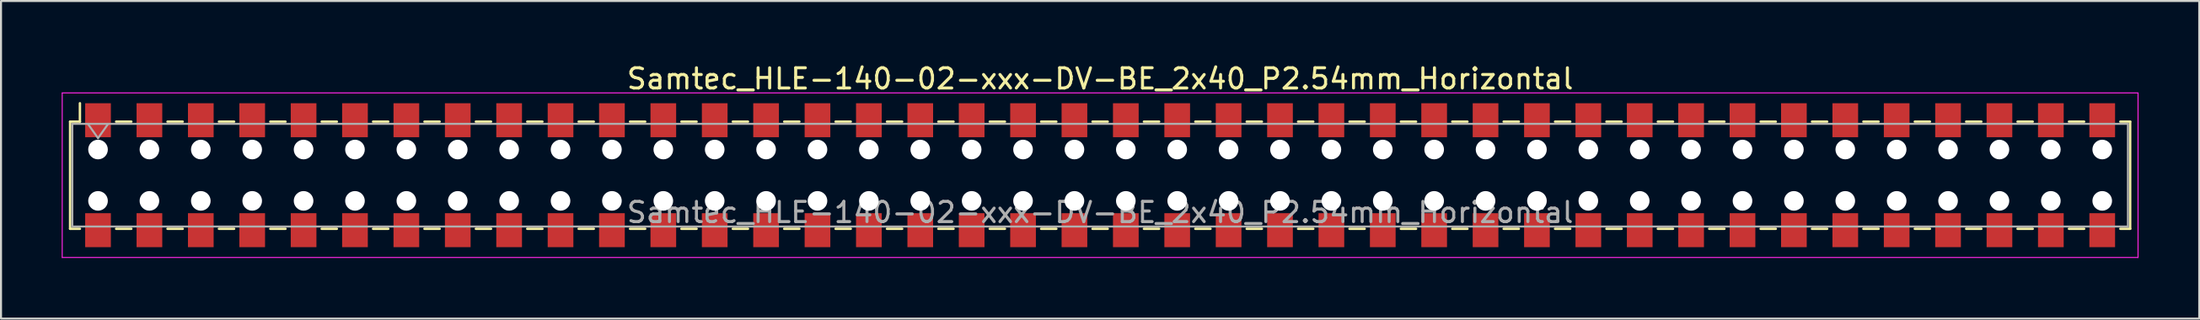
<source format=kicad_pcb>
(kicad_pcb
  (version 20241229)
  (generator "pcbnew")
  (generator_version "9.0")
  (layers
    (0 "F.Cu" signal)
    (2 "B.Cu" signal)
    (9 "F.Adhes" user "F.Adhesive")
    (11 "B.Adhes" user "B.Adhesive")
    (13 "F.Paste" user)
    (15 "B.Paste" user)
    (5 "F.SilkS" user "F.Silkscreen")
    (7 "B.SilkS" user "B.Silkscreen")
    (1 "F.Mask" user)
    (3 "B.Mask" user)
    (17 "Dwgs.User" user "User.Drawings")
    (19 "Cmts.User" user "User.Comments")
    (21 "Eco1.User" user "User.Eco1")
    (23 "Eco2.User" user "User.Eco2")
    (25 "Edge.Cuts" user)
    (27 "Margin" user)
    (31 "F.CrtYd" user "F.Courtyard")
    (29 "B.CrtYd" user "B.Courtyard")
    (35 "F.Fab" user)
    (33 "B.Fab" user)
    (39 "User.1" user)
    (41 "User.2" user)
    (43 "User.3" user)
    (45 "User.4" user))
  (footprint "Samtec_HLE-140-02-xxx-DV-BE_2x40_P2.54mm_Horizontal"
    (layer "F.Cu")
    (at 51.325 5.618)
    (property "Reference" "Samtec_HLE-140-02-xxx-DV-BE_2x40_P2.54mm_Horizontal" (at 0 -4.77 0) (layer "F.SilkS") (effects (font (size 1 1) (thickness 0.15))))
    (attr smd)
    (fp_line (start -50.91 -2.65) (end -50.91 2.65) (stroke (width 0.12) (type solid)) (layer "F.SilkS"))
    (fp_line (start -50.91 2.65) (end -50.425 2.65) (stroke (width 0.12) (type solid)) (layer "F.SilkS"))
    (fp_line (start -50.425 -3.56) (end -50.425 -2.65) (stroke (width 0.12) (type solid)) (layer "F.SilkS"))
    (fp_line (start -50.425 -2.65) (end -50.91 -2.65) (stroke (width 0.12) (type solid)) (layer "F.SilkS"))
    (fp_line (start -48.635 -2.65) (end -47.885 -2.65) (stroke (width 0.12) (type solid)) (layer "F.SilkS"))
    (fp_line (start -48.635 2.65) (end -47.885 2.65) (stroke (width 0.12) (type solid)) (layer "F.SilkS"))
    (fp_line (start -46.095 -2.65) (end -45.345 -2.65) (stroke (width 0.12) (type solid)) (layer "F.SilkS"))
    (fp_line (start -46.095 2.65) (end -45.345 2.65) (stroke (width 0.12) (type solid)) (layer "F.SilkS"))
    (fp_line (start -43.555 -2.65) (end -42.805 -2.65) (stroke (width 0.12) (type solid)) (layer "F.SilkS"))
    (fp_line (start -43.555 2.65) (end -42.805 2.65) (stroke (width 0.12) (type solid)) (layer "F.SilkS"))
    (fp_line (start -41.015 -2.65) (end -40.265 -2.65) (stroke (width 0.12) (type solid)) (layer "F.SilkS"))
    (fp_line (start -41.015 2.65) (end -40.265 2.65) (stroke (width 0.12) (type solid)) (layer "F.SilkS"))
    (fp_line (start -38.475 -2.65) (end -37.725 -2.65) (stroke (width 0.12) (type solid)) (layer "F.SilkS"))
    (fp_line (start -38.475 2.65) (end -37.725 2.65) (stroke (width 0.12) (type solid)) (layer "F.SilkS"))
    (fp_line (start -35.935 -2.65) (end -35.185 -2.65) (stroke (width 0.12) (type solid)) (layer "F.SilkS"))
    (fp_line (start -35.935 2.65) (end -35.185 2.65) (stroke (width 0.12) (type solid)) (layer "F.SilkS"))
    (fp_line (start -33.395 -2.65) (end -32.645 -2.65) (stroke (width 0.12) (type solid)) (layer "F.SilkS"))
    (fp_line (start -33.395 2.65) (end -32.645 2.65) (stroke (width 0.12) (type solid)) (layer "F.SilkS"))
    (fp_line (start -30.855 -2.65) (end -30.105 -2.65) (stroke (width 0.12) (type solid)) (layer "F.SilkS"))
    (fp_line (start -30.855 2.65) (end -30.105 2.65) (stroke (width 0.12) (type solid)) (layer "F.SilkS"))
    (fp_line (start -28.315 -2.65) (end -27.565 -2.65) (stroke (width 0.12) (type solid)) (layer "F.SilkS"))
    (fp_line (start -28.315 2.65) (end -27.565 2.65) (stroke (width 0.12) (type solid)) (layer "F.SilkS"))
    (fp_line (start -25.775 -2.65) (end -25.025 -2.65) (stroke (width 0.12) (type solid)) (layer "F.SilkS"))
    (fp_line (start -25.775 2.65) (end -25.025 2.65) (stroke (width 0.12) (type solid)) (layer "F.SilkS"))
    (fp_line (start -23.235 -2.65) (end -22.485 -2.65) (stroke (width 0.12) (type solid)) (layer "F.SilkS"))
    (fp_line (start -23.235 2.65) (end -22.485 2.65) (stroke (width 0.12) (type solid)) (layer "F.SilkS"))
    (fp_line (start -20.695 -2.65) (end -19.945 -2.65) (stroke (width 0.12) (type solid)) (layer "F.SilkS"))
    (fp_line (start -20.695 2.65) (end -19.945 2.65) (stroke (width 0.12) (type solid)) (layer "F.SilkS"))
    (fp_line (start -18.155 -2.65) (end -17.405 -2.65) (stroke (width 0.12) (type solid)) (layer "F.SilkS"))
    (fp_line (start -18.155 2.65) (end -17.405 2.65) (stroke (width 0.12) (type solid)) (layer "F.SilkS"))
    (fp_line (start -15.615 -2.65) (end -14.865 -2.65) (stroke (width 0.12) (type solid)) (layer "F.SilkS"))
    (fp_line (start -15.615 2.65) (end -14.865 2.65) (stroke (width 0.12) (type solid)) (layer "F.SilkS"))
    (fp_line (start -13.075 -2.65) (end -12.325 -2.65) (stroke (width 0.12) (type solid)) (layer "F.SilkS"))
    (fp_line (start -13.075 2.65) (end -12.325 2.65) (stroke (width 0.12) (type solid)) (layer "F.SilkS"))
    (fp_line (start -10.535 -2.65) (end -9.785 -2.65) (stroke (width 0.12) (type solid)) (layer "F.SilkS"))
    (fp_line (start -10.535 2.65) (end -9.785 2.65) (stroke (width 0.12) (type solid)) (layer "F.SilkS"))
    (fp_line (start -7.995 -2.65) (end -7.245 -2.65) (stroke (width 0.12) (type solid)) (layer "F.SilkS"))
    (fp_line (start -7.995 2.65) (end -7.245 2.65) (stroke (width 0.12) (type solid)) (layer "F.SilkS"))
    (fp_line (start -5.455 -2.65) (end -4.705 -2.65) (stroke (width 0.12) (type solid)) (layer "F.SilkS"))
    (fp_line (start -5.455 2.65) (end -4.705 2.65) (stroke (width 0.12) (type solid)) (layer "F.SilkS"))
    (fp_line (start -2.915 -2.65) (end -2.165 -2.65) (stroke (width 0.12) (type solid)) (layer "F.SilkS"))
    (fp_line (start -2.915 2.65) (end -2.165 2.65) (stroke (width 0.12) (type solid)) (layer "F.SilkS"))
    (fp_line (start -0.375 -2.65) (end 0.375 -2.65) (stroke (width 0.12) (type solid)) (layer "F.SilkS"))
    (fp_line (start -0.375 2.65) (end 0.375 2.65) (stroke (width 0.12) (type solid)) (layer "F.SilkS"))
    (fp_line (start 2.165 -2.65) (end 2.915 -2.65) (stroke (width 0.12) (type solid)) (layer "F.SilkS"))
    (fp_line (start 2.165 2.65) (end 2.915 2.65) (stroke (width 0.12) (type solid)) (layer "F.SilkS"))
    (fp_line (start 4.705 -2.65) (end 5.455 -2.65) (stroke (width 0.12) (type solid)) (layer "F.SilkS"))
    (fp_line (start 4.705 2.65) (end 5.455 2.65) (stroke (width 0.12) (type solid)) (layer "F.SilkS"))
    (fp_line (start 7.245 -2.65) (end 7.995 -2.65) (stroke (width 0.12) (type solid)) (layer "F.SilkS"))
    (fp_line (start 7.245 2.65) (end 7.995 2.65) (stroke (width 0.12) (type solid)) (layer "F.SilkS"))
    (fp_line (start 9.785 -2.65) (end 10.535 -2.65) (stroke (width 0.12) (type solid)) (layer "F.SilkS"))
    (fp_line (start 9.785 2.65) (end 10.535 2.65) (stroke (width 0.12) (type solid)) (layer "F.SilkS"))
    (fp_line (start 12.325 -2.65) (end 13.075 -2.65) (stroke (width 0.12) (type solid)) (layer "F.SilkS"))
    (fp_line (start 12.325 2.65) (end 13.075 2.65) (stroke (width 0.12) (type solid)) (layer "F.SilkS"))
    (fp_line (start 14.865 -2.65) (end 15.615 -2.65) (stroke (width 0.12) (type solid)) (layer "F.SilkS"))
    (fp_line (start 14.865 2.65) (end 15.615 2.65) (stroke (width 0.12) (type solid)) (layer "F.SilkS"))
    (fp_line (start 17.405 -2.65) (end 18.155 -2.65) (stroke (width 0.12) (type solid)) (layer "F.SilkS"))
    (fp_line (start 17.405 2.65) (end 18.155 2.65) (stroke (width 0.12) (type solid)) (layer "F.SilkS"))
    (fp_line (start 19.945 -2.65) (end 20.695 -2.65) (stroke (width 0.12) (type solid)) (layer "F.SilkS"))
    (fp_line (start 19.945 2.65) (end 20.695 2.65) (stroke (width 0.12) (type solid)) (layer "F.SilkS"))
    (fp_line (start 22.485 -2.65) (end 23.235 -2.65) (stroke (width 0.12) (type solid)) (layer "F.SilkS"))
    (fp_line (start 22.485 2.65) (end 23.235 2.65) (stroke (width 0.12) (type solid)) (layer "F.SilkS"))
    (fp_line (start 25.025 -2.65) (end 25.775 -2.65) (stroke (width 0.12) (type solid)) (layer "F.SilkS"))
    (fp_line (start 25.025 2.65) (end 25.775 2.65) (stroke (width 0.12) (type solid)) (layer "F.SilkS"))
    (fp_line (start 27.565 -2.65) (end 28.315 -2.65) (stroke (width 0.12) (type solid)) (layer "F.SilkS"))
    (fp_line (start 27.565 2.65) (end 28.315 2.65) (stroke (width 0.12) (type solid)) (layer "F.SilkS"))
    (fp_line (start 30.105 -2.65) (end 30.855 -2.65) (stroke (width 0.12) (type solid)) (layer "F.SilkS"))
    (fp_line (start 30.105 2.65) (end 30.855 2.65) (stroke (width 0.12) (type solid)) (layer "F.SilkS"))
    (fp_line (start 32.645 -2.65) (end 33.395 -2.65) (stroke (width 0.12) (type solid)) (layer "F.SilkS"))
    (fp_line (start 32.645 2.65) (end 33.395 2.65) (stroke (width 0.12) (type solid)) (layer "F.SilkS"))
    (fp_line (start 35.185 -2.65) (end 35.935 -2.65) (stroke (width 0.12) (type solid)) (layer "F.SilkS"))
    (fp_line (start 35.185 2.65) (end 35.935 2.65) (stroke (width 0.12) (type solid)) (layer "F.SilkS"))
    (fp_line (start 37.725 -2.65) (end 38.475 -2.65) (stroke (width 0.12) (type solid)) (layer "F.SilkS"))
    (fp_line (start 37.725 2.65) (end 38.475 2.65) (stroke (width 0.12) (type solid)) (layer "F.SilkS"))
    (fp_line (start 40.265 -2.65) (end 41.015 -2.65) (stroke (width 0.12) (type solid)) (layer "F.SilkS"))
    (fp_line (start 40.265 2.65) (end 41.015 2.65) (stroke (width 0.12) (type solid)) (layer "F.SilkS"))
    (fp_line (start 42.805 -2.65) (end 43.555 -2.65) (stroke (width 0.12) (type solid)) (layer "F.SilkS"))
    (fp_line (start 42.805 2.65) (end 43.555 2.65) (stroke (width 0.12) (type solid)) (layer "F.SilkS"))
    (fp_line (start 45.345 -2.65) (end 46.095 -2.65) (stroke (width 0.12) (type solid)) (layer "F.SilkS"))
    (fp_line (start 45.345 2.65) (end 46.095 2.65) (stroke (width 0.12) (type solid)) (layer "F.SilkS"))
    (fp_line (start 47.885 -2.65) (end 48.635 -2.65) (stroke (width 0.12) (type solid)) (layer "F.SilkS"))
    (fp_line (start 47.885 2.65) (end 48.635 2.65) (stroke (width 0.12) (type solid)) (layer "F.SilkS"))
    (fp_line (start 50.425 -2.65) (end 50.91 -2.65) (stroke (width 0.12) (type solid)) (layer "F.SilkS"))
    (fp_line (start 50.91 -2.65) (end 50.91 2.65) (stroke (width 0.12) (type solid)) (layer "F.SilkS"))
    (fp_line (start 50.91 2.65) (end 50.425 2.65) (stroke (width 0.12) (type solid)) (layer "F.SilkS"))
    (fp_line (start -51.3 -4.07) (end 51.3 -4.07) (stroke (width 0.05) (type solid)) (layer "F.CrtYd"))
    (fp_line (start -51.3 4.07) (end -51.3 -4.07) (stroke (width 0.05) (type solid)) (layer "F.CrtYd"))
    (fp_line (start 51.3 -4.07) (end 51.3 4.07) (stroke (width 0.05) (type solid)) (layer "F.CrtYd"))
    (fp_line (start 51.3 4.07) (end -51.3 4.07) (stroke (width 0.05) (type solid)) (layer "F.CrtYd"))
    (fp_line (start -50.8 -2.54) (end 50.8 -2.54) (stroke (width 0.1) (type solid)) (layer "F.Fab"))
    (fp_line (start -50.8 2.54) (end -50.8 -2.54) (stroke (width 0.1) (type solid)) (layer "F.Fab"))
    (fp_line (start -50.03 -2.54) (end -49.53 -1.833) (stroke (width 0.1) (type solid)) (layer "F.Fab"))
    (fp_line (start -49.53 -1.833) (end -49.03 -2.54) (stroke (width 0.1) (type solid)) (layer "F.Fab"))
    (fp_line (start 50.8 -2.54) (end 50.8 2.54) (stroke (width 0.1) (type solid)) (layer "F.Fab"))
    (fp_line (start 50.8 2.54) (end -50.8 2.54) (stroke (width 0.1) (type solid)) (layer "F.Fab"))
    (fp_text user "${REFERENCE}" (at 0 1.84 0) (layer "F.Fab") (effects (font (size 1 1) (thickness 0.15))))
    (pad "" np_thru_hole circle (at -49.53 -1.27) (size 0.97 0.97) (drill 0.97) (layers "*.Cu" "*.Mask"))
    (pad "" np_thru_hole circle (at -49.53 1.27) (size 0.97 0.97) (drill 0.97) (layers "*.Cu" "*.Mask"))
    (pad "" np_thru_hole circle (at -46.99 -1.27) (size 0.97 0.97) (drill 0.97) (layers "*.Cu" "*.Mask"))
    (pad "" np_thru_hole circle (at -46.99 1.27) (size 0.97 0.97) (drill 0.97) (layers "*.Cu" "*.Mask"))
    (pad "" np_thru_hole circle (at -44.45 -1.27) (size 0.97 0.97) (drill 0.97) (layers "*.Cu" "*.Mask"))
    (pad "" np_thru_hole circle (at -44.45 1.27) (size 0.97 0.97) (drill 0.97) (layers "*.Cu" "*.Mask"))
    (pad "" np_thru_hole circle (at -41.91 -1.27) (size 0.97 0.97) (drill 0.97) (layers "*.Cu" "*.Mask"))
    (pad "" np_thru_hole circle (at -41.91 1.27) (size 0.97 0.97) (drill 0.97) (layers "*.Cu" "*.Mask"))
    (pad "" np_thru_hole circle (at -39.37 -1.27) (size 0.97 0.97) (drill 0.97) (layers "*.Cu" "*.Mask"))
    (pad "" np_thru_hole circle (at -39.37 1.27) (size 0.97 0.97) (drill 0.97) (layers "*.Cu" "*.Mask"))
    (pad "" np_thru_hole circle (at -36.83 -1.27) (size 0.97 0.97) (drill 0.97) (layers "*.Cu" "*.Mask"))
    (pad "" np_thru_hole circle (at -36.83 1.27) (size 0.97 0.97) (drill 0.97) (layers "*.Cu" "*.Mask"))
    (pad "" np_thru_hole circle (at -34.29 -1.27) (size 0.97 0.97) (drill 0.97) (layers "*.Cu" "*.Mask"))
    (pad "" np_thru_hole circle (at -34.29 1.27) (size 0.97 0.97) (drill 0.97) (layers "*.Cu" "*.Mask"))
    (pad "" np_thru_hole circle (at -31.75 -1.27) (size 0.97 0.97) (drill 0.97) (layers "*.Cu" "*.Mask"))
    (pad "" np_thru_hole circle (at -31.75 1.27) (size 0.97 0.97) (drill 0.97) (layers "*.Cu" "*.Mask"))
    (pad "" np_thru_hole circle (at -29.21 -1.27) (size 0.97 0.97) (drill 0.97) (layers "*.Cu" "*.Mask"))
    (pad "" np_thru_hole circle (at -29.21 1.27) (size 0.97 0.97) (drill 0.97) (layers "*.Cu" "*.Mask"))
    (pad "" np_thru_hole circle (at -26.67 -1.27) (size 0.97 0.97) (drill 0.97) (layers "*.Cu" "*.Mask"))
    (pad "" np_thru_hole circle (at -26.67 1.27) (size 0.97 0.97) (drill 0.97) (layers "*.Cu" "*.Mask"))
    (pad "" np_thru_hole circle (at -24.13 -1.27) (size 0.97 0.97) (drill 0.97) (layers "*.Cu" "*.Mask"))
    (pad "" np_thru_hole circle (at -24.13 1.27) (size 0.97 0.97) (drill 0.97) (layers "*.Cu" "*.Mask"))
    (pad "" np_thru_hole circle (at -21.59 -1.27) (size 0.97 0.97) (drill 0.97) (layers "*.Cu" "*.Mask"))
    (pad "" np_thru_hole circle (at -21.59 1.27) (size 0.97 0.97) (drill 0.97) (layers "*.Cu" "*.Mask"))
    (pad "" np_thru_hole circle (at -19.05 -1.27) (size 0.97 0.97) (drill 0.97) (layers "*.Cu" "*.Mask"))
    (pad "" np_thru_hole circle (at -19.05 1.27) (size 0.97 0.97) (drill 0.97) (layers "*.Cu" "*.Mask"))
    (pad "" np_thru_hole circle (at -16.51 -1.27) (size 0.97 0.97) (drill 0.97) (layers "*.Cu" "*.Mask"))
    (pad "" np_thru_hole circle (at -16.51 1.27) (size 0.97 0.97) (drill 0.97) (layers "*.Cu" "*.Mask"))
    (pad "" np_thru_hole circle (at -13.97 -1.27) (size 0.97 0.97) (drill 0.97) (layers "*.Cu" "*.Mask"))
    (pad "" np_thru_hole circle (at -13.97 1.27) (size 0.97 0.97) (drill 0.97) (layers "*.Cu" "*.Mask"))
    (pad "" np_thru_hole circle (at -11.43 -1.27) (size 0.97 0.97) (drill 0.97) (layers "*.Cu" "*.Mask"))
    (pad "" np_thru_hole circle (at -11.43 1.27) (size 0.97 0.97) (drill 0.97) (layers "*.Cu" "*.Mask"))
    (pad "" np_thru_hole circle (at -8.89 -1.27) (size 0.97 0.97) (drill 0.97) (layers "*.Cu" "*.Mask"))
    (pad "" np_thru_hole circle (at -8.89 1.27) (size 0.97 0.97) (drill 0.97) (layers "*.Cu" "*.Mask"))
    (pad "" np_thru_hole circle (at -6.35 -1.27) (size 0.97 0.97) (drill 0.97) (layers "*.Cu" "*.Mask"))
    (pad "" np_thru_hole circle (at -6.35 1.27) (size 0.97 0.97) (drill 0.97) (layers "*.Cu" "*.Mask"))
    (pad "" np_thru_hole circle (at -3.81 -1.27) (size 0.97 0.97) (drill 0.97) (layers "*.Cu" "*.Mask"))
    (pad "" np_thru_hole circle (at -3.81 1.27) (size 0.97 0.97) (drill 0.97) (layers "*.Cu" "*.Mask"))
    (pad "" np_thru_hole circle (at -1.27 -1.27) (size 0.97 0.97) (drill 0.97) (layers "*.Cu" "*.Mask"))
    (pad "" np_thru_hole circle (at -1.27 1.27) (size 0.97 0.97) (drill 0.97) (layers "*.Cu" "*.Mask"))
    (pad "" np_thru_hole circle (at 1.27 -1.27) (size 0.97 0.97) (drill 0.97) (layers "*.Cu" "*.Mask"))
    (pad "" np_thru_hole circle (at 1.27 1.27) (size 0.97 0.97) (drill 0.97) (layers "*.Cu" "*.Mask"))
    (pad "" np_thru_hole circle (at 3.81 -1.27) (size 0.97 0.97) (drill 0.97) (layers "*.Cu" "*.Mask"))
    (pad "" np_thru_hole circle (at 3.81 1.27) (size 0.97 0.97) (drill 0.97) (layers "*.Cu" "*.Mask"))
    (pad "" np_thru_hole circle (at 6.35 -1.27) (size 0.97 0.97) (drill 0.97) (layers "*.Cu" "*.Mask"))
    (pad "" np_thru_hole circle (at 6.35 1.27) (size 0.97 0.97) (drill 0.97) (layers "*.Cu" "*.Mask"))
    (pad "" np_thru_hole circle (at 8.89 -1.27) (size 0.97 0.97) (drill 0.97) (layers "*.Cu" "*.Mask"))
    (pad "" np_thru_hole circle (at 8.89 1.27) (size 0.97 0.97) (drill 0.97) (layers "*.Cu" "*.Mask"))
    (pad "" np_thru_hole circle (at 11.43 -1.27) (size 0.97 0.97) (drill 0.97) (layers "*.Cu" "*.Mask"))
    (pad "" np_thru_hole circle (at 11.43 1.27) (size 0.97 0.97) (drill 0.97) (layers "*.Cu" "*.Mask"))
    (pad "" np_thru_hole circle (at 13.97 -1.27) (size 0.97 0.97) (drill 0.97) (layers "*.Cu" "*.Mask"))
    (pad "" np_thru_hole circle (at 13.97 1.27) (size 0.97 0.97) (drill 0.97) (layers "*.Cu" "*.Mask"))
    (pad "" np_thru_hole circle (at 16.51 -1.27) (size 0.97 0.97) (drill 0.97) (layers "*.Cu" "*.Mask"))
    (pad "" np_thru_hole circle (at 16.51 1.27) (size 0.97 0.97) (drill 0.97) (layers "*.Cu" "*.Mask"))
    (pad "" np_thru_hole circle (at 19.05 -1.27) (size 0.97 0.97) (drill 0.97) (layers "*.Cu" "*.Mask"))
    (pad "" np_thru_hole circle (at 19.05 1.27) (size 0.97 0.97) (drill 0.97) (layers "*.Cu" "*.Mask"))
    (pad "" np_thru_hole circle (at 21.59 -1.27) (size 0.97 0.97) (drill 0.97) (layers "*.Cu" "*.Mask"))
    (pad "" np_thru_hole circle (at 21.59 1.27) (size 0.97 0.97) (drill 0.97) (layers "*.Cu" "*.Mask"))
    (pad "" np_thru_hole circle (at 24.13 -1.27) (size 0.97 0.97) (drill 0.97) (layers "*.Cu" "*.Mask"))
    (pad "" np_thru_hole circle (at 24.13 1.27) (size 0.97 0.97) (drill 0.97) (layers "*.Cu" "*.Mask"))
    (pad "" np_thru_hole circle (at 26.67 -1.27) (size 0.97 0.97) (drill 0.97) (layers "*.Cu" "*.Mask"))
    (pad "" np_thru_hole circle (at 26.67 1.27) (size 0.97 0.97) (drill 0.97) (layers "*.Cu" "*.Mask"))
    (pad "" np_thru_hole circle (at 29.21 -1.27) (size 0.97 0.97) (drill 0.97) (layers "*.Cu" "*.Mask"))
    (pad "" np_thru_hole circle (at 29.21 1.27) (size 0.97 0.97) (drill 0.97) (layers "*.Cu" "*.Mask"))
    (pad "" np_thru_hole circle (at 31.75 -1.27) (size 0.97 0.97) (drill 0.97) (layers "*.Cu" "*.Mask"))
    (pad "" np_thru_hole circle (at 31.75 1.27) (size 0.97 0.97) (drill 0.97) (layers "*.Cu" "*.Mask"))
    (pad "" np_thru_hole circle (at 34.29 -1.27) (size 0.97 0.97) (drill 0.97) (layers "*.Cu" "*.Mask"))
    (pad "" np_thru_hole circle (at 34.29 1.27) (size 0.97 0.97) (drill 0.97) (layers "*.Cu" "*.Mask"))
    (pad "" np_thru_hole circle (at 36.83 -1.27) (size 0.97 0.97) (drill 0.97) (layers "*.Cu" "*.Mask"))
    (pad "" np_thru_hole circle (at 36.83 1.27) (size 0.97 0.97) (drill 0.97) (layers "*.Cu" "*.Mask"))
    (pad "" np_thru_hole circle (at 39.37 -1.27) (size 0.97 0.97) (drill 0.97) (layers "*.Cu" "*.Mask"))
    (pad "" np_thru_hole circle (at 39.37 1.27) (size 0.97 0.97) (drill 0.97) (layers "*.Cu" "*.Mask"))
    (pad "" np_thru_hole circle (at 41.91 -1.27) (size 0.97 0.97) (drill 0.97) (layers "*.Cu" "*.Mask"))
    (pad "" np_thru_hole circle (at 41.91 1.27) (size 0.97 0.97) (drill 0.97) (layers "*.Cu" "*.Mask"))
    (pad "" np_thru_hole circle (at 44.45 -1.27) (size 0.97 0.97) (drill 0.97) (layers "*.Cu" "*.Mask"))
    (pad "" np_thru_hole circle (at 44.45 1.27) (size 0.97 0.97) (drill 0.97) (layers "*.Cu" "*.Mask"))
    (pad "" np_thru_hole circle (at 46.99 -1.27) (size 0.97 0.97) (drill 0.97) (layers "*.Cu" "*.Mask"))
    (pad "" np_thru_hole circle (at 46.99 1.27) (size 0.97 0.97) (drill 0.97) (layers "*.Cu" "*.Mask"))
    (pad "" np_thru_hole circle (at 49.53 -1.27) (size 0.97 0.97) (drill 0.97) (layers "*.Cu" "*.Mask"))
    (pad "" np_thru_hole circle (at 49.53 1.27) (size 0.97 0.97) (drill 0.97) (layers "*.Cu" "*.Mask"))
    (pad "1" smd rect (at -49.53 -2.72) (size 1.27 1.68) (layers "F.Cu" "F.Mask" "F.Paste"))
    (pad "2" smd rect (at -49.53 2.72) (size 1.27 1.68) (layers "F.Cu" "F.Mask" "F.Paste"))
    (pad "3" smd rect (at -46.99 -2.72) (size 1.27 1.68) (layers "F.Cu" "F.Mask" "F.Paste"))
    (pad "4" smd rect (at -46.99 2.72) (size 1.27 1.68) (layers "F.Cu" "F.Mask" "F.Paste"))
    (pad "5" smd rect (at -44.45 -2.72) (size 1.27 1.68) (layers "F.Cu" "F.Mask" "F.Paste"))
    (pad "6" smd rect (at -44.45 2.72) (size 1.27 1.68) (layers "F.Cu" "F.Mask" "F.Paste"))
    (pad "7" smd rect (at -41.91 -2.72) (size 1.27 1.68) (layers "F.Cu" "F.Mask" "F.Paste"))
    (pad "8" smd rect (at -41.91 2.72) (size 1.27 1.68) (layers "F.Cu" "F.Mask" "F.Paste"))
    (pad "9" smd rect (at -39.37 -2.72) (size 1.27 1.68) (layers "F.Cu" "F.Mask" "F.Paste"))
    (pad "10" smd rect (at -39.37 2.72) (size 1.27 1.68) (layers "F.Cu" "F.Mask" "F.Paste"))
    (pad "11" smd rect (at -36.83 -2.72) (size 1.27 1.68) (layers "F.Cu" "F.Mask" "F.Paste"))
    (pad "12" smd rect (at -36.83 2.72) (size 1.27 1.68) (layers "F.Cu" "F.Mask" "F.Paste"))
    (pad "13" smd rect (at -34.29 -2.72) (size 1.27 1.68) (layers "F.Cu" "F.Mask" "F.Paste"))
    (pad "14" smd rect (at -34.29 2.72) (size 1.27 1.68) (layers "F.Cu" "F.Mask" "F.Paste"))
    (pad "15" smd rect (at -31.75 -2.72) (size 1.27 1.68) (layers "F.Cu" "F.Mask" "F.Paste"))
    (pad "16" smd rect (at -31.75 2.72) (size 1.27 1.68) (layers "F.Cu" "F.Mask" "F.Paste"))
    (pad "17" smd rect (at -29.21 -2.72) (size 1.27 1.68) (layers "F.Cu" "F.Mask" "F.Paste"))
    (pad "18" smd rect (at -29.21 2.72) (size 1.27 1.68) (layers "F.Cu" "F.Mask" "F.Paste"))
    (pad "19" smd rect (at -26.67 -2.72) (size 1.27 1.68) (layers "F.Cu" "F.Mask" "F.Paste"))
    (pad "20" smd rect (at -26.67 2.72) (size 1.27 1.68) (layers "F.Cu" "F.Mask" "F.Paste"))
    (pad "21" smd rect (at -24.13 -2.72) (size 1.27 1.68) (layers "F.Cu" "F.Mask" "F.Paste"))
    (pad "22" smd rect (at -24.13 2.72) (size 1.27 1.68) (layers "F.Cu" "F.Mask" "F.Paste"))
    (pad "23" smd rect (at -21.59 -2.72) (size 1.27 1.68) (layers "F.Cu" "F.Mask" "F.Paste"))
    (pad "24" smd rect (at -21.59 2.72) (size 1.27 1.68) (layers "F.Cu" "F.Mask" "F.Paste"))
    (pad "25" smd rect (at -19.05 -2.72) (size 1.27 1.68) (layers "F.Cu" "F.Mask" "F.Paste"))
    (pad "26" smd rect (at -19.05 2.72) (size 1.27 1.68) (layers "F.Cu" "F.Mask" "F.Paste"))
    (pad "27" smd rect (at -16.51 -2.72) (size 1.27 1.68) (layers "F.Cu" "F.Mask" "F.Paste"))
    (pad "28" smd rect (at -16.51 2.72) (size 1.27 1.68) (layers "F.Cu" "F.Mask" "F.Paste"))
    (pad "29" smd rect (at -13.97 -2.72) (size 1.27 1.68) (layers "F.Cu" "F.Mask" "F.Paste"))
    (pad "30" smd rect (at -13.97 2.72) (size 1.27 1.68) (layers "F.Cu" "F.Mask" "F.Paste"))
    (pad "31" smd rect (at -11.43 -2.72) (size 1.27 1.68) (layers "F.Cu" "F.Mask" "F.Paste"))
    (pad "32" smd rect (at -11.43 2.72) (size 1.27 1.68) (layers "F.Cu" "F.Mask" "F.Paste"))
    (pad "33" smd rect (at -8.89 -2.72) (size 1.27 1.68) (layers "F.Cu" "F.Mask" "F.Paste"))
    (pad "34" smd rect (at -8.89 2.72) (size 1.27 1.68) (layers "F.Cu" "F.Mask" "F.Paste"))
    (pad "35" smd rect (at -6.35 -2.72) (size 1.27 1.68) (layers "F.Cu" "F.Mask" "F.Paste"))
    (pad "36" smd rect (at -6.35 2.72) (size 1.27 1.68) (layers "F.Cu" "F.Mask" "F.Paste"))
    (pad "37" smd rect (at -3.81 -2.72) (size 1.27 1.68) (layers "F.Cu" "F.Mask" "F.Paste"))
    (pad "38" smd rect (at -3.81 2.72) (size 1.27 1.68) (layers "F.Cu" "F.Mask" "F.Paste"))
    (pad "39" smd rect (at -1.27 -2.72) (size 1.27 1.68) (layers "F.Cu" "F.Mask" "F.Paste"))
    (pad "40" smd rect (at -1.27 2.72) (size 1.27 1.68) (layers "F.Cu" "F.Mask" "F.Paste"))
    (pad "41" smd rect (at 1.27 -2.72) (size 1.27 1.68) (layers "F.Cu" "F.Mask" "F.Paste"))
    (pad "42" smd rect (at 1.27 2.72) (size 1.27 1.68) (layers "F.Cu" "F.Mask" "F.Paste"))
    (pad "43" smd rect (at 3.81 -2.72) (size 1.27 1.68) (layers "F.Cu" "F.Mask" "F.Paste"))
    (pad "44" smd rect (at 3.81 2.72) (size 1.27 1.68) (layers "F.Cu" "F.Mask" "F.Paste"))
    (pad "45" smd rect (at 6.35 -2.72) (size 1.27 1.68) (layers "F.Cu" "F.Mask" "F.Paste"))
    (pad "46" smd rect (at 6.35 2.72) (size 1.27 1.68) (layers "F.Cu" "F.Mask" "F.Paste"))
    (pad "47" smd rect (at 8.89 -2.72) (size 1.27 1.68) (layers "F.Cu" "F.Mask" "F.Paste"))
    (pad "48" smd rect (at 8.89 2.72) (size 1.27 1.68) (layers "F.Cu" "F.Mask" "F.Paste"))
    (pad "49" smd rect (at 11.43 -2.72) (size 1.27 1.68) (layers "F.Cu" "F.Mask" "F.Paste"))
    (pad "50" smd rect (at 11.43 2.72) (size 1.27 1.68) (layers "F.Cu" "F.Mask" "F.Paste"))
    (pad "51" smd rect (at 13.97 -2.72) (size 1.27 1.68) (layers "F.Cu" "F.Mask" "F.Paste"))
    (pad "52" smd rect (at 13.97 2.72) (size 1.27 1.68) (layers "F.Cu" "F.Mask" "F.Paste"))
    (pad "53" smd rect (at 16.51 -2.72) (size 1.27 1.68) (layers "F.Cu" "F.Mask" "F.Paste"))
    (pad "54" smd rect (at 16.51 2.72) (size 1.27 1.68) (layers "F.Cu" "F.Mask" "F.Paste"))
    (pad "55" smd rect (at 19.05 -2.72) (size 1.27 1.68) (layers "F.Cu" "F.Mask" "F.Paste"))
    (pad "56" smd rect (at 19.05 2.72) (size 1.27 1.68) (layers "F.Cu" "F.Mask" "F.Paste"))
    (pad "57" smd rect (at 21.59 -2.72) (size 1.27 1.68) (layers "F.Cu" "F.Mask" "F.Paste"))
    (pad "58" smd rect (at 21.59 2.72) (size 1.27 1.68) (layers "F.Cu" "F.Mask" "F.Paste"))
    (pad "59" smd rect (at 24.13 -2.72) (size 1.27 1.68) (layers "F.Cu" "F.Mask" "F.Paste"))
    (pad "60" smd rect (at 24.13 2.72) (size 1.27 1.68) (layers "F.Cu" "F.Mask" "F.Paste"))
    (pad "61" smd rect (at 26.67 -2.72) (size 1.27 1.68) (layers "F.Cu" "F.Mask" "F.Paste"))
    (pad "62" smd rect (at 26.67 2.72) (size 1.27 1.68) (layers "F.Cu" "F.Mask" "F.Paste"))
    (pad "63" smd rect (at 29.21 -2.72) (size 1.27 1.68) (layers "F.Cu" "F.Mask" "F.Paste"))
    (pad "64" smd rect (at 29.21 2.72) (size 1.27 1.68) (layers "F.Cu" "F.Mask" "F.Paste"))
    (pad "65" smd rect (at 31.75 -2.72) (size 1.27 1.68) (layers "F.Cu" "F.Mask" "F.Paste"))
    (pad "66" smd rect (at 31.75 2.72) (size 1.27 1.68) (layers "F.Cu" "F.Mask" "F.Paste"))
    (pad "67" smd rect (at 34.29 -2.72) (size 1.27 1.68) (layers "F.Cu" "F.Mask" "F.Paste"))
    (pad "68" smd rect (at 34.29 2.72) (size 1.27 1.68) (layers "F.Cu" "F.Mask" "F.Paste"))
    (pad "69" smd rect (at 36.83 -2.72) (size 1.27 1.68) (layers "F.Cu" "F.Mask" "F.Paste"))
    (pad "70" smd rect (at 36.83 2.72) (size 1.27 1.68) (layers "F.Cu" "F.Mask" "F.Paste"))
    (pad "71" smd rect (at 39.37 -2.72) (size 1.27 1.68) (layers "F.Cu" "F.Mask" "F.Paste"))
    (pad "72" smd rect (at 39.37 2.72) (size 1.27 1.68) (layers "F.Cu" "F.Mask" "F.Paste"))
    (pad "73" smd rect (at 41.91 -2.72) (size 1.27 1.68) (layers "F.Cu" "F.Mask" "F.Paste"))
    (pad "74" smd rect (at 41.91 2.72) (size 1.27 1.68) (layers "F.Cu" "F.Mask" "F.Paste"))
    (pad "75" smd rect (at 44.45 -2.72) (size 1.27 1.68) (layers "F.Cu" "F.Mask" "F.Paste"))
    (pad "76" smd rect (at 44.45 2.72) (size 1.27 1.68) (layers "F.Cu" "F.Mask" "F.Paste"))
    (pad "77" smd rect (at 46.99 -2.72) (size 1.27 1.68) (layers "F.Cu" "F.Mask" "F.Paste"))
    (pad "78" smd rect (at 46.99 2.72) (size 1.27 1.68) (layers "F.Cu" "F.Mask" "F.Paste"))
    (pad "79" smd rect (at 49.53 -2.72) (size 1.27 1.68) (layers "F.Cu" "F.Mask" "F.Paste"))
    (pad "80" smd rect (at 49.53 2.72) (size 1.27 1.68) (layers "F.Cu" "F.Mask" "F.Paste")))
  (gr_rect
    (start -3 -3)
    (end 105.65 12.713)
    (stroke (width 0.1) (type default))
    (fill no)
    (layer "Edge.Cuts")))
</source>
